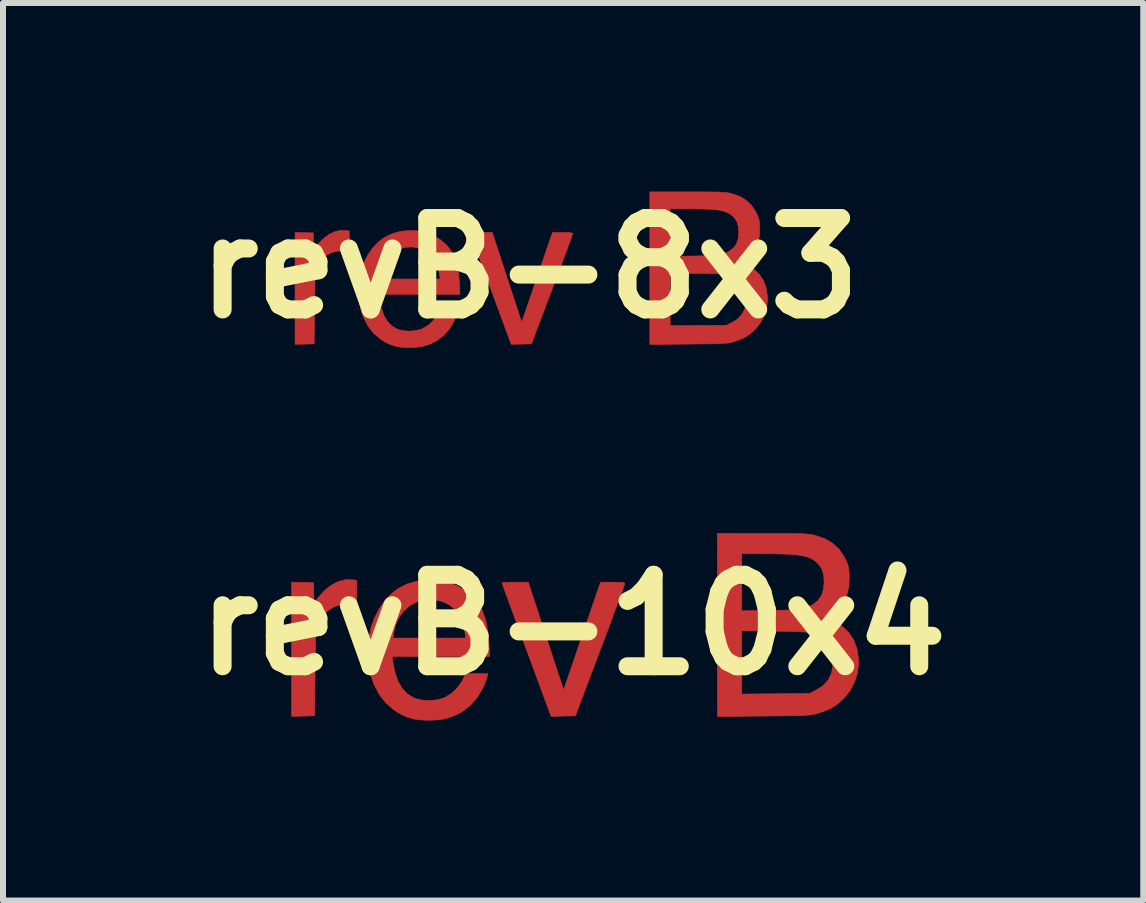
<source format=kicad_pcb>
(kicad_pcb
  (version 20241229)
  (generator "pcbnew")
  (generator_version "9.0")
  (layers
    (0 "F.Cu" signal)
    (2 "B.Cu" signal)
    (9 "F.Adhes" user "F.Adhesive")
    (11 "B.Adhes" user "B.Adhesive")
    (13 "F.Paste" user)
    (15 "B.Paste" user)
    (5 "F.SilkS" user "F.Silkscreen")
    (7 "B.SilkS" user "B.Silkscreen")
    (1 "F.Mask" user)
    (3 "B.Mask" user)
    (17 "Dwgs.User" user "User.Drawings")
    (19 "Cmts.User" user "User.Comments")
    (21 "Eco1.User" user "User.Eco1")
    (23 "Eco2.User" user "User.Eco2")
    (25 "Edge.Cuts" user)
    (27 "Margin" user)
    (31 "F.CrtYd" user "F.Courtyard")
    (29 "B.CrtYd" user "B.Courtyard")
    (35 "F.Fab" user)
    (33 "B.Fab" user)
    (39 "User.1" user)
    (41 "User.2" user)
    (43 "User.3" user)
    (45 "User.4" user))
  (footprint "revB-10x4"
    (layer "F.Cu")
    (at 6.502 7.365)
    (property "Reference" "revB-10x4" (at 0 0 0) (layer "F.SilkS") (effects (font (size 1.524 1.524) (thickness 0.3))))
    (attr through_hole)
    (fp_poly (pts (xy -3.673 -0.751) (xy -3.607 -0.741) (xy -3.607 -0.544) (xy -3.607 -0.347) (xy -3.747 -0.346) (xy -3.873 -0.335) (xy -3.979 -0.304) (xy -4.07 -0.249) (xy -4.141 -0.184) (xy -4.175 -0.147) (xy -4.204 -0.114) (xy -4.228 -0.081) (xy -4.247 -0.046) (xy -4.262 -0.005) (xy -4.274 0.045) (xy -4.282 0.108) (xy -4.289 0.187) (xy -4.293 0.286) (xy -4.296 0.407) (xy -4.298 0.555) (xy -4.3 0.732) (xy -4.301 0.787) (xy -4.31 1.516) (xy -4.691 1.525) (xy -4.691 -0.712) (xy -4.508 -0.708) (xy -4.326 -0.703) (xy -4.322 -0.537) (xy -4.317 -0.371) (xy -4.252 -0.452) (xy -4.143 -0.572) (xy -4.028 -0.663) (xy -3.909 -0.724) (xy -3.789 -0.753) (xy -3.673 -0.751)) (stroke (width 0.01) (type solid)) (fill yes) (layer "F.Cu"))
    (fp_poly (pts (xy -0.568 -0.165) (xy -0.519 -0.015) (xy -0.467 0.144) (xy -0.415 0.303) (xy -0.365 0.455) (xy -0.32 0.593) (xy -0.282 0.707) (xy -0.274 0.733) (xy -0.157 1.085) (xy 0.119 0.276) (xy 0.174 0.115) (xy 0.227 -0.04) (xy 0.276 -0.183) (xy 0.32 -0.312) (xy 0.359 -0.424) (xy 0.39 -0.515) (xy 0.413 -0.581) (xy 0.426 -0.619) (xy 0.427 -0.622) (xy 0.46 -0.711) (xy 0.662 -0.711) (xy 0.753 -0.71) (xy 0.814 -0.707) (xy 0.85 -0.701) (xy 0.863 -0.692) (xy 0.863 -0.69) (xy 0.857 -0.671) (xy 0.84 -0.623) (xy 0.813 -0.548) (xy 0.777 -0.45) (xy 0.733 -0.331) (xy 0.681 -0.193) (xy 0.624 -0.038) (xy 0.561 0.129) (xy 0.494 0.307) (xy 0.45 0.423) (xy 0.038 1.516) (xy -0.165 1.52) (xy -0.367 1.525) (xy -0.776 0.416) (xy -0.844 0.231) (xy -0.909 0.056) (xy -0.969 -0.108) (xy -1.024 -0.257) (xy -1.072 -0.388) (xy -1.113 -0.501) (xy -1.146 -0.591) (xy -1.169 -0.656) (xy -1.183 -0.693) (xy -1.185 -0.702) (xy -1.169 -0.705) (xy -1.126 -0.708) (xy -1.061 -0.71) (xy -0.982 -0.711) (xy -0.966 -0.711) (xy -0.747 -0.711) (xy -0.568 -0.165)) (stroke (width 0.01) (type solid)) (fill yes) (layer "F.Cu"))
    (fp_poly (pts (xy -2.258 -0.745) (xy -2.087 -0.711) (xy -1.926 -0.65) (xy -1.917 -0.645) (xy -1.785 -0.567) (xy -1.674 -0.475) (xy -1.584 -0.366) (xy -1.514 -0.239) (xy -1.461 -0.089) (xy -1.425 0.085) (xy -1.404 0.286) (xy -1.4 0.36) (xy -1.393 0.525) (xy -3.016 0.525) (xy -3.006 0.605) (xy -2.972 0.785) (xy -2.92 0.935) (xy -2.851 1.057) (xy -2.763 1.15) (xy -2.658 1.215) (xy -2.619 1.23) (xy -2.509 1.255) (xy -2.388 1.261) (xy -2.267 1.25) (xy -2.16 1.22) (xy -2.141 1.213) (xy -2.028 1.144) (xy -1.93 1.053) (xy -1.855 0.946) (xy -1.838 0.912) (xy -1.793 0.813) (xy -1.423 0.813) (xy -1.433 0.868) (xy -1.445 0.908) (xy -1.468 0.967) (xy -1.498 1.036) (xy -1.513 1.067) (xy -1.604 1.218) (xy -1.719 1.347) (xy -1.854 1.45) (xy -2.008 1.526) (xy -2.146 1.567) (xy -2.241 1.581) (xy -2.351 1.588) (xy -2.465 1.589) (xy -2.57 1.582) (xy -2.657 1.569) (xy -2.67 1.566) (xy -2.77 1.535) (xy -2.854 1.499) (xy -2.937 1.45) (xy -2.991 1.413) (xy -3.123 1.298) (xy -3.232 1.159) (xy -3.317 0.995) (xy -3.373 0.832) (xy -3.394 0.726) (xy -3.406 0.598) (xy -3.411 0.458) (xy -3.407 0.316) (xy -3.398 0.22) (xy -3.002 0.22) (xy -1.79 0.22) (xy -1.8 0.14) (xy -1.833 -0.016) (xy -1.888 -0.147) (xy -1.966 -0.254) (xy -2.065 -0.336) (xy -2.186 -0.392) (xy -2.201 -0.396) (xy -2.342 -0.422) (xy -2.478 -0.417) (xy -2.606 -0.382) (xy -2.721 -0.32) (xy -2.82 -0.234) (xy -2.901 -0.125) (xy -2.96 0.003) (xy -2.991 0.14) (xy -3.002 0.22) (xy -3.398 0.22) (xy -3.395 0.185) (xy -3.376 0.073) (xy -3.372 0.059) (xy -3.314 -0.109) (xy -3.233 -0.267) (xy -3.133 -0.409) (xy -3.018 -0.528) (xy -2.918 -0.604) (xy -2.769 -0.68) (xy -2.605 -0.729) (xy -2.432 -0.751) (xy -2.258 -0.745)) (stroke (width 0.01) (type solid)) (fill yes) (layer "F.Cu"))
    (fp_poly (pts (xy 3.336 -1.524) (xy 3.487 -1.524) (xy 3.611 -1.523) (xy 3.711 -1.521) (xy 3.792 -1.52) (xy 3.856 -1.517) (xy 3.908 -1.513) (xy 3.95 -1.508) (xy 3.986 -1.502) (xy 4.019 -1.495) (xy 4.039 -1.49) (xy 4.193 -1.437) (xy 4.322 -1.362) (xy 4.429 -1.265) (xy 4.514 -1.142) (xy 4.534 -1.104) (xy 4.564 -1.04) (xy 4.583 -0.988) (xy 4.594 -0.935) (xy 4.6 -0.869) (xy 4.603 -0.811) (xy 4.597 -0.644) (xy 4.564 -0.498) (xy 4.504 -0.372) (xy 4.417 -0.265) (xy 4.326 -0.192) (xy 4.279 -0.16) (xy 4.246 -0.134) (xy 4.234 -0.12) (xy 4.249 -0.109) (xy 4.287 -0.087) (xy 4.341 -0.06) (xy 4.357 -0.052) (xy 4.49 0.028) (xy 4.597 0.13) (xy 4.677 0.251) (xy 4.73 0.393) (xy 4.756 0.555) (xy 4.758 0.634) (xy 4.742 0.792) (xy 4.695 0.946) (xy 4.62 1.089) (xy 4.522 1.217) (xy 4.403 1.324) (xy 4.306 1.385) (xy 4.235 1.418) (xy 4.149 1.451) (xy 4.069 1.477) (xy 4.036 1.485) (xy 4.003 1.493) (xy 3.967 1.499) (xy 3.924 1.503) (xy 3.871 1.507) (xy 3.804 1.51) (xy 3.72 1.513) (xy 3.616 1.515) (xy 3.488 1.517) (xy 3.332 1.518) (xy 3.171 1.52) (xy 2.405 1.527) (xy 2.405 1.154) (xy 2.811 1.154) (xy 3.374 1.148) (xy 3.938 1.143) (xy 4.052 1.087) (xy 4.164 1.015) (xy 4.247 0.925) (xy 4.303 0.816) (xy 4.33 0.689) (xy 4.331 0.578) (xy 4.31 0.449) (xy 4.264 0.341) (xy 4.19 0.254) (xy 4.09 0.187) (xy 3.997 0.149) (xy 3.964 0.138) (xy 3.93 0.13) (xy 3.893 0.123) (xy 3.846 0.118) (xy 3.786 0.114) (xy 3.71 0.112) (xy 3.611 0.109) (xy 3.487 0.107) (xy 3.349 0.105) (xy 2.811 0.099) (xy 2.811 1.154) (xy 2.405 1.154) (xy 2.405 -0.234) (xy 2.811 -0.234) (xy 3.289 -0.241) (xy 3.433 -0.243) (xy 3.547 -0.246) (xy 3.636 -0.249) (xy 3.706 -0.253) (xy 3.76 -0.258) (xy 3.803 -0.265) (xy 3.839 -0.273) (xy 3.874 -0.283) (xy 3.874 -0.283) (xy 3.991 -0.335) (xy 4.079 -0.402) (xy 4.14 -0.489) (xy 4.174 -0.596) (xy 4.184 -0.716) (xy 4.176 -0.83) (xy 4.15 -0.922) (xy 4.103 -0.998) (xy 4.055 -1.047) (xy 4.008 -1.083) (xy 3.955 -1.112) (xy 3.891 -1.136) (xy 3.813 -1.154) (xy 3.719 -1.167) (xy 3.603 -1.177) (xy 3.462 -1.182) (xy 3.293 -1.185) (xy 3.188 -1.185) (xy 2.811 -1.185) (xy 2.811 -0.234) (xy 2.405 -0.234) (xy 2.405 -1.524) (xy 3.155 -1.524) (xy 3.336 -1.524)) (stroke (width 0.01) (type solid)) (fill yes) (layer "F.Cu")))
  (footprint "revB-8x3"
    (layer "F.Cu")
    (at 5.777 1.418)
    (property "Reference" "revB-8x3" (at 0 0 0) (layer "F.SilkS") (effects (font (size 1.524 1.524) (thickness 0.3))))
    (attr through_hole)
    (fp_poly (pts (xy -3.061 -0.626) (xy -3.006 -0.617) (xy -3.006 -0.453) (xy -3.006 -0.289) (xy -3.122 -0.288) (xy -3.228 -0.279) (xy -3.315 -0.253) (xy -3.392 -0.208) (xy -3.451 -0.153) (xy -3.48 -0.122) (xy -3.504 -0.095) (xy -3.523 -0.068) (xy -3.539 -0.039) (xy -3.552 -0.005) (xy -3.562 0.037) (xy -3.569 0.09) (xy -3.574 0.156) (xy -3.577 0.238) (xy -3.58 0.339) (xy -3.582 0.462) (xy -3.584 0.61) (xy -3.584 0.656) (xy -3.591 1.263) (xy -3.75 1.267) (xy -3.909 1.271) (xy -3.909 -0.594) (xy -3.757 -0.59) (xy -3.605 -0.586) (xy -3.601 -0.447) (xy -3.597 -0.309) (xy -3.544 -0.377) (xy -3.452 -0.476) (xy -3.356 -0.552) (xy -3.257 -0.603) (xy -3.158 -0.628) (xy -3.061 -0.626)) (stroke (width 0.01) (type solid)) (fill yes) (layer "F.Cu"))
    (fp_poly (pts (xy -0.473 -0.138) (xy -0.432 -0.012) (xy -0.389 0.12) (xy -0.346 0.253) (xy -0.304 0.38) (xy -0.266 0.494) (xy -0.235 0.59) (xy -0.228 0.611) (xy -0.131 0.904) (xy 0.099 0.23) (xy 0.145 0.095) (xy 0.189 -0.033) (xy 0.23 -0.153) (xy 0.267 -0.26) (xy 0.299 -0.354) (xy 0.325 -0.429) (xy 0.344 -0.484) (xy 0.355 -0.516) (xy 0.356 -0.519) (xy 0.383 -0.593) (xy 0.551 -0.593) (xy 0.627 -0.592) (xy 0.679 -0.589) (xy 0.708 -0.584) (xy 0.719 -0.577) (xy 0.719 -0.575) (xy 0.714 -0.559) (xy 0.7 -0.519) (xy 0.678 -0.457) (xy 0.647 -0.375) (xy 0.611 -0.276) (xy 0.568 -0.16) (xy 0.52 -0.032) (xy 0.467 0.107) (xy 0.412 0.256) (xy 0.375 0.353) (xy 0.031 1.263) (xy -0.137 1.267) (xy -0.306 1.271) (xy -0.647 0.347) (xy -0.704 0.193) (xy -0.757 0.046) (xy -0.808 -0.09) (xy -0.853 -0.214) (xy -0.893 -0.324) (xy -0.927 -0.417) (xy -0.955 -0.492) (xy -0.974 -0.546) (xy -0.985 -0.578) (xy -0.988 -0.585) (xy -0.975 -0.588) (xy -0.938 -0.59) (xy -0.884 -0.592) (xy -0.818 -0.593) (xy -0.805 -0.593) (xy -0.622 -0.593) (xy -0.473 -0.138)) (stroke (width 0.01) (type solid)) (fill yes) (layer "F.Cu"))
    (fp_poly (pts (xy -1.881 -0.621) (xy -1.739 -0.593) (xy -1.605 -0.541) (xy -1.598 -0.538) (xy -1.487 -0.472) (xy -1.395 -0.396) (xy -1.32 -0.305) (xy -1.262 -0.199) (xy -1.218 -0.074) (xy -1.188 0.071) (xy -1.17 0.239) (xy -1.167 0.3) (xy -1.161 0.437) (xy -2.514 0.437) (xy -2.505 0.504) (xy -2.476 0.654) (xy -2.433 0.779) (xy -2.376 0.881) (xy -2.303 0.959) (xy -2.215 1.013) (xy -2.183 1.025) (xy -2.091 1.046) (xy -1.99 1.051) (xy -1.889 1.041) (xy -1.8 1.017) (xy -1.784 1.01) (xy -1.69 0.954) (xy -1.608 0.877) (xy -1.545 0.788) (xy -1.531 0.76) (xy -1.494 0.677) (xy -1.186 0.677) (xy -1.194 0.723) (xy -1.204 0.756) (xy -1.223 0.806) (xy -1.249 0.864) (xy -1.261 0.889) (xy -1.337 1.015) (xy -1.432 1.123) (xy -1.545 1.209) (xy -1.673 1.272) (xy -1.788 1.306) (xy -1.867 1.318) (xy -1.959 1.324) (xy -2.054 1.324) (xy -2.142 1.319) (xy -2.214 1.308) (xy -2.225 1.305) (xy -2.308 1.279) (xy -2.378 1.249) (xy -2.447 1.209) (xy -2.493 1.177) (xy -2.603 1.082) (xy -2.693 0.966) (xy -2.765 0.829) (xy -2.811 0.693) (xy -2.828 0.605) (xy -2.839 0.498) (xy -2.842 0.381) (xy -2.839 0.264) (xy -2.832 0.183) (xy -2.502 0.183) (xy -1.492 0.183) (xy -1.5 0.116) (xy -1.527 -0.013) (xy -1.573 -0.123) (xy -1.638 -0.212) (xy -1.721 -0.28) (xy -1.822 -0.326) (xy -1.834 -0.33) (xy -1.952 -0.352) (xy -2.065 -0.347) (xy -2.171 -0.318) (xy -2.267 -0.267) (xy -2.35 -0.195) (xy -2.418 -0.104) (xy -2.466 0.003) (xy -2.492 0.116) (xy -2.502 0.183) (xy -2.832 0.183) (xy -2.829 0.154) (xy -2.813 0.061) (xy -2.81 0.049) (xy -2.761 -0.091) (xy -2.694 -0.222) (xy -2.61 -0.341) (xy -2.515 -0.44) (xy -2.432 -0.503) (xy -2.307 -0.566) (xy -2.171 -0.607) (xy -2.027 -0.626) (xy -1.881 -0.621)) (stroke (width 0.01) (type solid)) (fill yes) (layer "F.Cu"))
    (fp_poly (pts (xy 2.78 -1.27) (xy 2.906 -1.27) (xy 3.009 -1.269) (xy 3.093 -1.268) (xy 3.16 -1.266) (xy 3.214 -1.264) (xy 3.256 -1.261) (xy 3.291 -1.257) (xy 3.321 -1.252) (xy 3.349 -1.246) (xy 3.366 -1.242) (xy 3.494 -1.198) (xy 3.602 -1.135) (xy 3.691 -1.054) (xy 3.762 -0.952) (xy 3.778 -0.92) (xy 3.803 -0.867) (xy 3.819 -0.823) (xy 3.828 -0.779) (xy 3.834 -0.724) (xy 3.836 -0.676) (xy 3.831 -0.537) (xy 3.803 -0.415) (xy 3.754 -0.31) (xy 3.681 -0.221) (xy 3.605 -0.16) (xy 3.566 -0.133) (xy 3.538 -0.111) (xy 3.529 -0.1) (xy 3.541 -0.091) (xy 3.572 -0.073) (xy 3.617 -0.05) (xy 3.63 -0.043) (xy 3.742 0.024) (xy 3.831 0.108) (xy 3.898 0.209) (xy 3.942 0.327) (xy 3.963 0.462) (xy 3.965 0.528) (xy 3.952 0.66) (xy 3.912 0.788) (xy 3.85 0.908) (xy 3.768 1.014) (xy 3.669 1.103) (xy 3.588 1.154) (xy 3.529 1.182) (xy 3.458 1.209) (xy 3.391 1.231) (xy 3.364 1.238) (xy 3.336 1.244) (xy 3.306 1.249) (xy 3.27 1.253) (xy 3.226 1.256) (xy 3.17 1.259) (xy 3.1 1.261) (xy 3.013 1.263) (xy 2.906 1.264) (xy 2.777 1.265) (xy 2.642 1.267) (xy 2.004 1.272) (xy 2.004 0.961) (xy 2.342 0.961) (xy 2.812 0.957) (xy 3.282 0.953) (xy 3.376 0.906) (xy 3.47 0.846) (xy 3.539 0.771) (xy 3.586 0.68) (xy 3.608 0.574) (xy 3.609 0.482) (xy 3.592 0.374) (xy 3.553 0.284) (xy 3.492 0.212) (xy 3.408 0.156) (xy 3.331 0.124) (xy 3.303 0.115) (xy 3.275 0.108) (xy 3.244 0.103) (xy 3.205 0.099) (xy 3.155 0.095) (xy 3.091 0.093) (xy 3.009 0.091) (xy 2.906 0.089) (xy 2.79 0.088) (xy 2.342 0.083) (xy 2.342 0.961) (xy 2.004 0.961) (xy 2.004 -0.195) (xy 2.342 -0.195) (xy 2.741 -0.201) (xy 2.861 -0.203) (xy 2.956 -0.205) (xy 3.03 -0.208) (xy 3.088 -0.211) (xy 3.133 -0.215) (xy 3.169 -0.22) (xy 3.199 -0.227) (xy 3.228 -0.236) (xy 3.228 -0.236) (xy 3.326 -0.279) (xy 3.399 -0.335) (xy 3.45 -0.407) (xy 3.479 -0.497) (xy 3.487 -0.597) (xy 3.48 -0.692) (xy 3.458 -0.768) (xy 3.419 -0.832) (xy 3.379 -0.873) (xy 3.34 -0.902) (xy 3.295 -0.927) (xy 3.242 -0.946) (xy 3.178 -0.962) (xy 3.099 -0.973) (xy 3.002 -0.98) (xy 2.885 -0.985) (xy 2.744 -0.987) (xy 2.656 -0.988) (xy 2.342 -0.988) (xy 2.342 -0.195) (xy 2.004 -0.195) (xy 2.004 -1.27) (xy 2.629 -1.27) (xy 2.78 -1.27)) (stroke (width 0.01) (type solid)) (fill yes) (layer "F.Cu")))
  (gr_rect
    (start -3 -3)
    (end 16.005 11.959)
    (stroke (width 0.1) (type default))
    (fill no)
    (layer "Edge.Cuts")))
</source>
